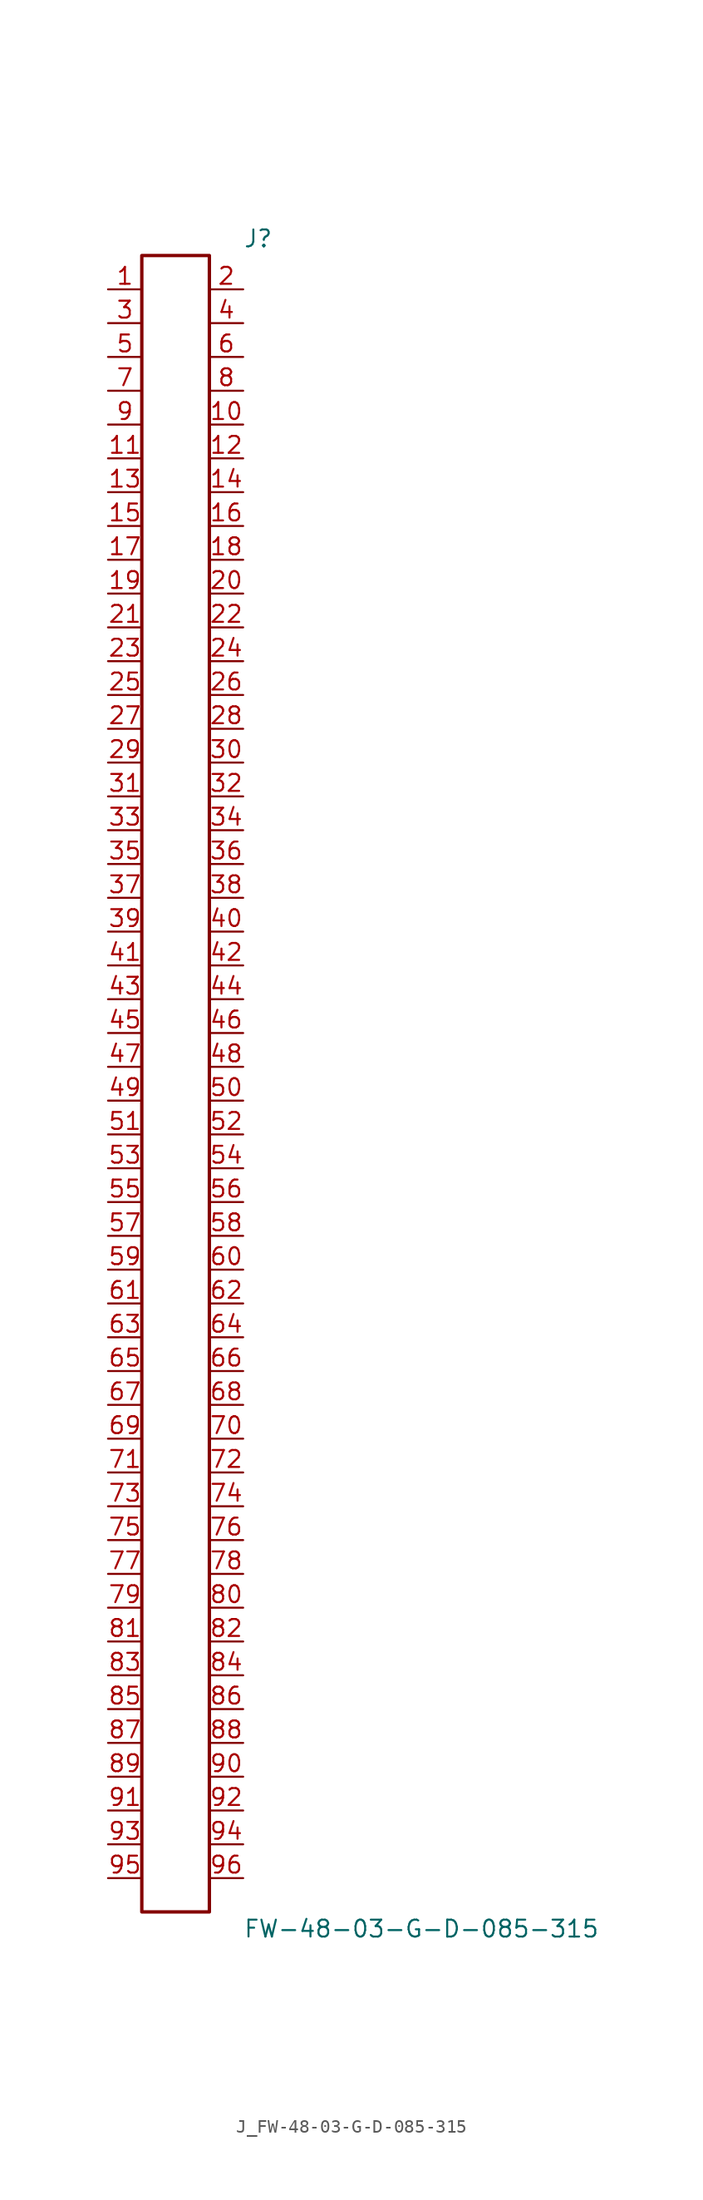
<source format=kicad_sym>
(kicad_symbol_lib
  (version 20231120)
  (generator kicad_symbol_editor)
  (generator_version 8.0)
  (symbol "J_FW-48-03-G-D-085-315"
    (pin_names
      (offset 0.254))
    (property "Reference" "J"
      (at 5.08 63.5 0)
      (effects (font (size 1.27 1.27)) (justify left)))
    (property "Value" "FW-48-03-G-D-085-315"
      (at 5.08 -63.5 0)
      (effects (font (size 1.27 1.27)) (justify left)))
    (symbol "J_FW-48-03-G-D-085-315_0_0"
      (pin unspecified line (at -5.08 59.69 0) (length 2.54) (name "" (effects (font (size 1.27 1.27)))) (number "1" (effects (font (size 1.27 1.27)))))
      (pin unspecified line (at 5.08 59.69 180) (length 2.54) (name "" (effects (font (size 1.27 1.27)))) (number "2" (effects (font (size 1.27 1.27)))))
      (pin unspecified line (at -5.08 57.15 0) (length 2.54) (name "" (effects (font (size 1.27 1.27)))) (number "3" (effects (font (size 1.27 1.27)))))
      (pin unspecified line (at 5.08 57.15 180) (length 2.54) (name "" (effects (font (size 1.27 1.27)))) (number "4" (effects (font (size 1.27 1.27)))))
      (pin unspecified line (at -5.08 54.61 0) (length 2.54) (name "" (effects (font (size 1.27 1.27)))) (number "5" (effects (font (size 1.27 1.27)))))
      (pin unspecified line (at 5.08 54.61 180) (length 2.54) (name "" (effects (font (size 1.27 1.27)))) (number "6" (effects (font (size 1.27 1.27)))))
      (pin unspecified line (at -5.08 52.07 0) (length 2.54) (name "" (effects (font (size 1.27 1.27)))) (number "7" (effects (font (size 1.27 1.27)))))
      (pin unspecified line (at 5.08 52.07 180) (length 2.54) (name "" (effects (font (size 1.27 1.27)))) (number "8" (effects (font (size 1.27 1.27)))))
      (pin unspecified line (at -5.08 49.53 0) (length 2.54) (name "" (effects (font (size 1.27 1.27)))) (number "9" (effects (font (size 1.27 1.27)))))
      (pin unspecified line (at 5.08 49.53 180) (length 2.54) (name "" (effects (font (size 1.27 1.27)))) (number "10" (effects (font (size 1.27 1.27)))))
      (pin unspecified line (at -5.08 46.99 0) (length 2.54) (name "" (effects (font (size 1.27 1.27)))) (number "11" (effects (font (size 1.27 1.27)))))
      (pin unspecified line (at 5.08 46.99 180) (length 2.54) (name "" (effects (font (size 1.27 1.27)))) (number "12" (effects (font (size 1.27 1.27)))))
      (pin unspecified line (at -5.08 44.45 0) (length 2.54) (name "" (effects (font (size 1.27 1.27)))) (number "13" (effects (font (size 1.27 1.27)))))
      (pin unspecified line (at 5.08 44.45 180) (length 2.54) (name "" (effects (font (size 1.27 1.27)))) (number "14" (effects (font (size 1.27 1.27)))))
      (pin unspecified line (at -5.08 41.91 0) (length 2.54) (name "" (effects (font (size 1.27 1.27)))) (number "15" (effects (font (size 1.27 1.27)))))
      (pin unspecified line (at 5.08 41.91 180) (length 2.54) (name "" (effects (font (size 1.27 1.27)))) (number "16" (effects (font (size 1.27 1.27)))))
      (pin unspecified line (at -5.08 39.37 0) (length 2.54) (name "" (effects (font (size 1.27 1.27)))) (number "17" (effects (font (size 1.27 1.27)))))
      (pin unspecified line (at 5.08 39.37 180) (length 2.54) (name "" (effects (font (size 1.27 1.27)))) (number "18" (effects (font (size 1.27 1.27)))))
      (pin unspecified line (at -5.08 36.83 0) (length 2.54) (name "" (effects (font (size 1.27 1.27)))) (number "19" (effects (font (size 1.27 1.27)))))
      (pin unspecified line (at 5.08 36.83 180) (length 2.54) (name "" (effects (font (size 1.27 1.27)))) (number "20" (effects (font (size 1.27 1.27)))))
      (pin unspecified line (at -5.08 34.29 0) (length 2.54) (name "" (effects (font (size 1.27 1.27)))) (number "21" (effects (font (size 1.27 1.27)))))
      (pin unspecified line (at 5.08 34.29 180) (length 2.54) (name "" (effects (font (size 1.27 1.27)))) (number "22" (effects (font (size 1.27 1.27)))))
      (pin unspecified line (at -5.08 31.75 0) (length 2.54) (name "" (effects (font (size 1.27 1.27)))) (number "23" (effects (font (size 1.27 1.27)))))
      (pin unspecified line (at 5.08 31.75 180) (length 2.54) (name "" (effects (font (size 1.27 1.27)))) (number "24" (effects (font (size 1.27 1.27)))))
      (pin unspecified line (at -5.08 29.21 0) (length 2.54) (name "" (effects (font (size 1.27 1.27)))) (number "25" (effects (font (size 1.27 1.27)))))
      (pin unspecified line (at 5.08 29.21 180) (length 2.54) (name "" (effects (font (size 1.27 1.27)))) (number "26" (effects (font (size 1.27 1.27)))))
      (pin unspecified line (at -5.08 26.67 0) (length 2.54) (name "" (effects (font (size 1.27 1.27)))) (number "27" (effects (font (size 1.27 1.27)))))
      (pin unspecified line (at 5.08 26.67 180) (length 2.54) (name "" (effects (font (size 1.27 1.27)))) (number "28" (effects (font (size 1.27 1.27)))))
      (pin unspecified line (at -5.08 24.13 0) (length 2.54) (name "" (effects (font (size 1.27 1.27)))) (number "29" (effects (font (size 1.27 1.27)))))
      (pin unspecified line (at 5.08 24.13 180) (length 2.54) (name "" (effects (font (size 1.27 1.27)))) (number "30" (effects (font (size 1.27 1.27)))))
      (pin unspecified line (at -5.08 21.59 0) (length 2.54) (name "" (effects (font (size 1.27 1.27)))) (number "31" (effects (font (size 1.27 1.27)))))
      (pin unspecified line (at 5.08 21.59 180) (length 2.54) (name "" (effects (font (size 1.27 1.27)))) (number "32" (effects (font (size 1.27 1.27)))))
      (pin unspecified line (at -5.08 19.05 0) (length 2.54) (name "" (effects (font (size 1.27 1.27)))) (number "33" (effects (font (size 1.27 1.27)))))
      (pin unspecified line (at 5.08 19.05 180) (length 2.54) (name "" (effects (font (size 1.27 1.27)))) (number "34" (effects (font (size 1.27 1.27)))))
      (pin unspecified line (at -5.08 16.51 0) (length 2.54) (name "" (effects (font (size 1.27 1.27)))) (number "35" (effects (font (size 1.27 1.27)))))
      (pin unspecified line (at 5.08 16.51 180) (length 2.54) (name "" (effects (font (size 1.27 1.27)))) (number "36" (effects (font (size 1.27 1.27)))))
      (pin unspecified line (at -5.08 13.97 0) (length 2.54) (name "" (effects (font (size 1.27 1.27)))) (number "37" (effects (font (size 1.27 1.27)))))
      (pin unspecified line (at 5.08 13.97 180) (length 2.54) (name "" (effects (font (size 1.27 1.27)))) (number "38" (effects (font (size 1.27 1.27)))))
      (pin unspecified line (at -5.08 11.43 0) (length 2.54) (name "" (effects (font (size 1.27 1.27)))) (number "39" (effects (font (size 1.27 1.27)))))
      (pin unspecified line (at 5.08 11.43 180) (length 2.54) (name "" (effects (font (size 1.27 1.27)))) (number "40" (effects (font (size 1.27 1.27)))))
      (pin unspecified line (at -5.08 8.89 0) (length 2.54) (name "" (effects (font (size 1.27 1.27)))) (number "41" (effects (font (size 1.27 1.27)))))
      (pin unspecified line (at 5.08 8.89 180) (length 2.54) (name "" (effects (font (size 1.27 1.27)))) (number "42" (effects (font (size 1.27 1.27)))))
      (pin unspecified line (at -5.08 6.35 0) (length 2.54) (name "" (effects (font (size 1.27 1.27)))) (number "43" (effects (font (size 1.27 1.27)))))
      (pin unspecified line (at 5.08 6.35 180) (length 2.54) (name "" (effects (font (size 1.27 1.27)))) (number "44" (effects (font (size 1.27 1.27)))))
      (pin unspecified line (at -5.08 3.81 0) (length 2.54) (name "" (effects (font (size 1.27 1.27)))) (number "45" (effects (font (size 1.27 1.27)))))
      (pin unspecified line (at 5.08 3.81 180) (length 2.54) (name "" (effects (font (size 1.27 1.27)))) (number "46" (effects (font (size 1.27 1.27)))))
      (pin unspecified line (at -5.08 1.27 0) (length 2.54) (name "" (effects (font (size 1.27 1.27)))) (number "47" (effects (font (size 1.27 1.27)))))
      (pin unspecified line (at 5.08 1.27 180) (length 2.54) (name "" (effects (font (size 1.27 1.27)))) (number "48" (effects (font (size 1.27 1.27)))))
      (pin unspecified line (at -5.08 -1.27 0) (length 2.54) (name "" (effects (font (size 1.27 1.27)))) (number "49" (effects (font (size 1.27 1.27)))))
      (pin unspecified line (at 5.08 -1.27 180) (length 2.54) (name "" (effects (font (size 1.27 1.27)))) (number "50" (effects (font (size 1.27 1.27)))))
      (pin unspecified line (at -5.08 -3.81 0) (length 2.54) (name "" (effects (font (size 1.27 1.27)))) (number "51" (effects (font (size 1.27 1.27)))))
      (pin unspecified line (at 5.08 -3.81 180) (length 2.54) (name "" (effects (font (size 1.27 1.27)))) (number "52" (effects (font (size 1.27 1.27)))))
      (pin unspecified line (at -5.08 -6.35 0) (length 2.54) (name "" (effects (font (size 1.27 1.27)))) (number "53" (effects (font (size 1.27 1.27)))))
      (pin unspecified line (at 5.08 -6.35 180) (length 2.54) (name "" (effects (font (size 1.27 1.27)))) (number "54" (effects (font (size 1.27 1.27)))))
      (pin unspecified line (at -5.08 -8.89 0) (length 2.54) (name "" (effects (font (size 1.27 1.27)))) (number "55" (effects (font (size 1.27 1.27)))))
      (pin unspecified line (at 5.08 -8.89 180) (length 2.54) (name "" (effects (font (size 1.27 1.27)))) (number "56" (effects (font (size 1.27 1.27)))))
      (pin unspecified line (at -5.08 -11.43 0) (length 2.54) (name "" (effects (font (size 1.27 1.27)))) (number "57" (effects (font (size 1.27 1.27)))))
      (pin unspecified line (at 5.08 -11.43 180) (length 2.54) (name "" (effects (font (size 1.27 1.27)))) (number "58" (effects (font (size 1.27 1.27)))))
      (pin unspecified line (at -5.08 -13.97 0) (length 2.54) (name "" (effects (font (size 1.27 1.27)))) (number "59" (effects (font (size 1.27 1.27)))))
      (pin unspecified line (at 5.08 -13.97 180) (length 2.54) (name "" (effects (font (size 1.27 1.27)))) (number "60" (effects (font (size 1.27 1.27)))))
      (pin unspecified line (at -5.08 -16.51 0) (length 2.54) (name "" (effects (font (size 1.27 1.27)))) (number "61" (effects (font (size 1.27 1.27)))))
      (pin unspecified line (at 5.08 -16.51 180) (length 2.54) (name "" (effects (font (size 1.27 1.27)))) (number "62" (effects (font (size 1.27 1.27)))))
      (pin unspecified line (at -5.08 -19.05 0) (length 2.54) (name "" (effects (font (size 1.27 1.27)))) (number "63" (effects (font (size 1.27 1.27)))))
      (pin unspecified line (at 5.08 -19.05 180) (length 2.54) (name "" (effects (font (size 1.27 1.27)))) (number "64" (effects (font (size 1.27 1.27)))))
      (pin unspecified line (at -5.08 -21.59 0) (length 2.54) (name "" (effects (font (size 1.27 1.27)))) (number "65" (effects (font (size 1.27 1.27)))))
      (pin unspecified line (at 5.08 -21.59 180) (length 2.54) (name "" (effects (font (size 1.27 1.27)))) (number "66" (effects (font (size 1.27 1.27)))))
      (pin unspecified line (at -5.08 -24.13 0) (length 2.54) (name "" (effects (font (size 1.27 1.27)))) (number "67" (effects (font (size 1.27 1.27)))))
      (pin unspecified line (at 5.08 -24.13 180) (length 2.54) (name "" (effects (font (size 1.27 1.27)))) (number "68" (effects (font (size 1.27 1.27)))))
      (pin unspecified line (at -5.08 -26.67 0) (length 2.54) (name "" (effects (font (size 1.27 1.27)))) (number "69" (effects (font (size 1.27 1.27)))))
      (pin unspecified line (at 5.08 -26.67 180) (length 2.54) (name "" (effects (font (size 1.27 1.27)))) (number "70" (effects (font (size 1.27 1.27)))))
      (pin unspecified line (at -5.08 -29.21 0) (length 2.54) (name "" (effects (font (size 1.27 1.27)))) (number "71" (effects (font (size 1.27 1.27)))))
      (pin unspecified line (at 5.08 -29.21 180) (length 2.54) (name "" (effects (font (size 1.27 1.27)))) (number "72" (effects (font (size 1.27 1.27)))))
      (pin unspecified line (at -5.08 -31.75 0) (length 2.54) (name "" (effects (font (size 1.27 1.27)))) (number "73" (effects (font (size 1.27 1.27)))))
      (pin unspecified line (at 5.08 -31.75 180) (length 2.54) (name "" (effects (font (size 1.27 1.27)))) (number "74" (effects (font (size 1.27 1.27)))))
      (pin unspecified line (at -5.08 -34.29 0) (length 2.54) (name "" (effects (font (size 1.27 1.27)))) (number "75" (effects (font (size 1.27 1.27)))))
      (pin unspecified line (at 5.08 -34.29 180) (length 2.54) (name "" (effects (font (size 1.27 1.27)))) (number "76" (effects (font (size 1.27 1.27)))))
      (pin unspecified line (at -5.08 -36.83 0) (length 2.54) (name "" (effects (font (size 1.27 1.27)))) (number "77" (effects (font (size 1.27 1.27)))))
      (pin unspecified line (at 5.08 -36.83 180) (length 2.54) (name "" (effects (font (size 1.27 1.27)))) (number "78" (effects (font (size 1.27 1.27)))))
      (pin unspecified line (at -5.08 -39.37 0) (length 2.54) (name "" (effects (font (size 1.27 1.27)))) (number "79" (effects (font (size 1.27 1.27)))))
      (pin unspecified line (at 5.08 -39.37 180) (length 2.54) (name "" (effects (font (size 1.27 1.27)))) (number "80" (effects (font (size 1.27 1.27)))))
      (pin unspecified line (at -5.08 -41.91 0) (length 2.54) (name "" (effects (font (size 1.27 1.27)))) (number "81" (effects (font (size 1.27 1.27)))))
      (pin unspecified line (at 5.08 -41.91 180) (length 2.54) (name "" (effects (font (size 1.27 1.27)))) (number "82" (effects (font (size 1.27 1.27)))))
      (pin unspecified line (at -5.08 -44.45 0) (length 2.54) (name "" (effects (font (size 1.27 1.27)))) (number "83" (effects (font (size 1.27 1.27)))))
      (pin unspecified line (at 5.08 -44.45 180) (length 2.54) (name "" (effects (font (size 1.27 1.27)))) (number "84" (effects (font (size 1.27 1.27)))))
      (pin unspecified line (at -5.08 -46.99 0) (length 2.54) (name "" (effects (font (size 1.27 1.27)))) (number "85" (effects (font (size 1.27 1.27)))))
      (pin unspecified line (at 5.08 -46.99 180) (length 2.54) (name "" (effects (font (size 1.27 1.27)))) (number "86" (effects (font (size 1.27 1.27)))))
      (pin unspecified line (at -5.08 -49.53 0) (length 2.54) (name "" (effects (font (size 1.27 1.27)))) (number "87" (effects (font (size 1.27 1.27)))))
      (pin unspecified line (at 5.08 -49.53 180) (length 2.54) (name "" (effects (font (size 1.27 1.27)))) (number "88" (effects (font (size 1.27 1.27)))))
      (pin unspecified line (at -5.08 -52.07 0) (length 2.54) (name "" (effects (font (size 1.27 1.27)))) (number "89" (effects (font (size 1.27 1.27)))))
      (pin unspecified line (at 5.08 -52.07 180) (length 2.54) (name "" (effects (font (size 1.27 1.27)))) (number "90" (effects (font (size 1.27 1.27)))))
      (pin unspecified line (at -5.08 -54.61 0) (length 2.54) (name "" (effects (font (size 1.27 1.27)))) (number "91" (effects (font (size 1.27 1.27)))))
      (pin unspecified line (at 5.08 -54.61 180) (length 2.54) (name "" (effects (font (size 1.27 1.27)))) (number "92" (effects (font (size 1.27 1.27)))))
      (pin unspecified line (at -5.08 -57.15 0) (length 2.54) (name "" (effects (font (size 1.27 1.27)))) (number "93" (effects (font (size 1.27 1.27)))))
      (pin unspecified line (at 5.08 -57.15 180) (length 2.54) (name "" (effects (font (size 1.27 1.27)))) (number "94" (effects (font (size 1.27 1.27)))))
      (pin unspecified line (at -5.08 -59.69 0) (length 2.54) (name "" (effects (font (size 1.27 1.27)))) (number "95" (effects (font (size 1.27 1.27)))))
      (pin unspecified line (at 5.08 -59.69 180) (length 2.54) (name "" (effects (font (size 1.27 1.27)))) (number "96" (effects (font (size 1.27 1.27))))))
    (symbol "J_FW-48-03-G-D-085-315_1_0"
      (rectangle (start -2.54 62.23) (end 2.54 -62.23) (stroke (width 0.254) (type solid)) (fill (type none))))))
</source>
